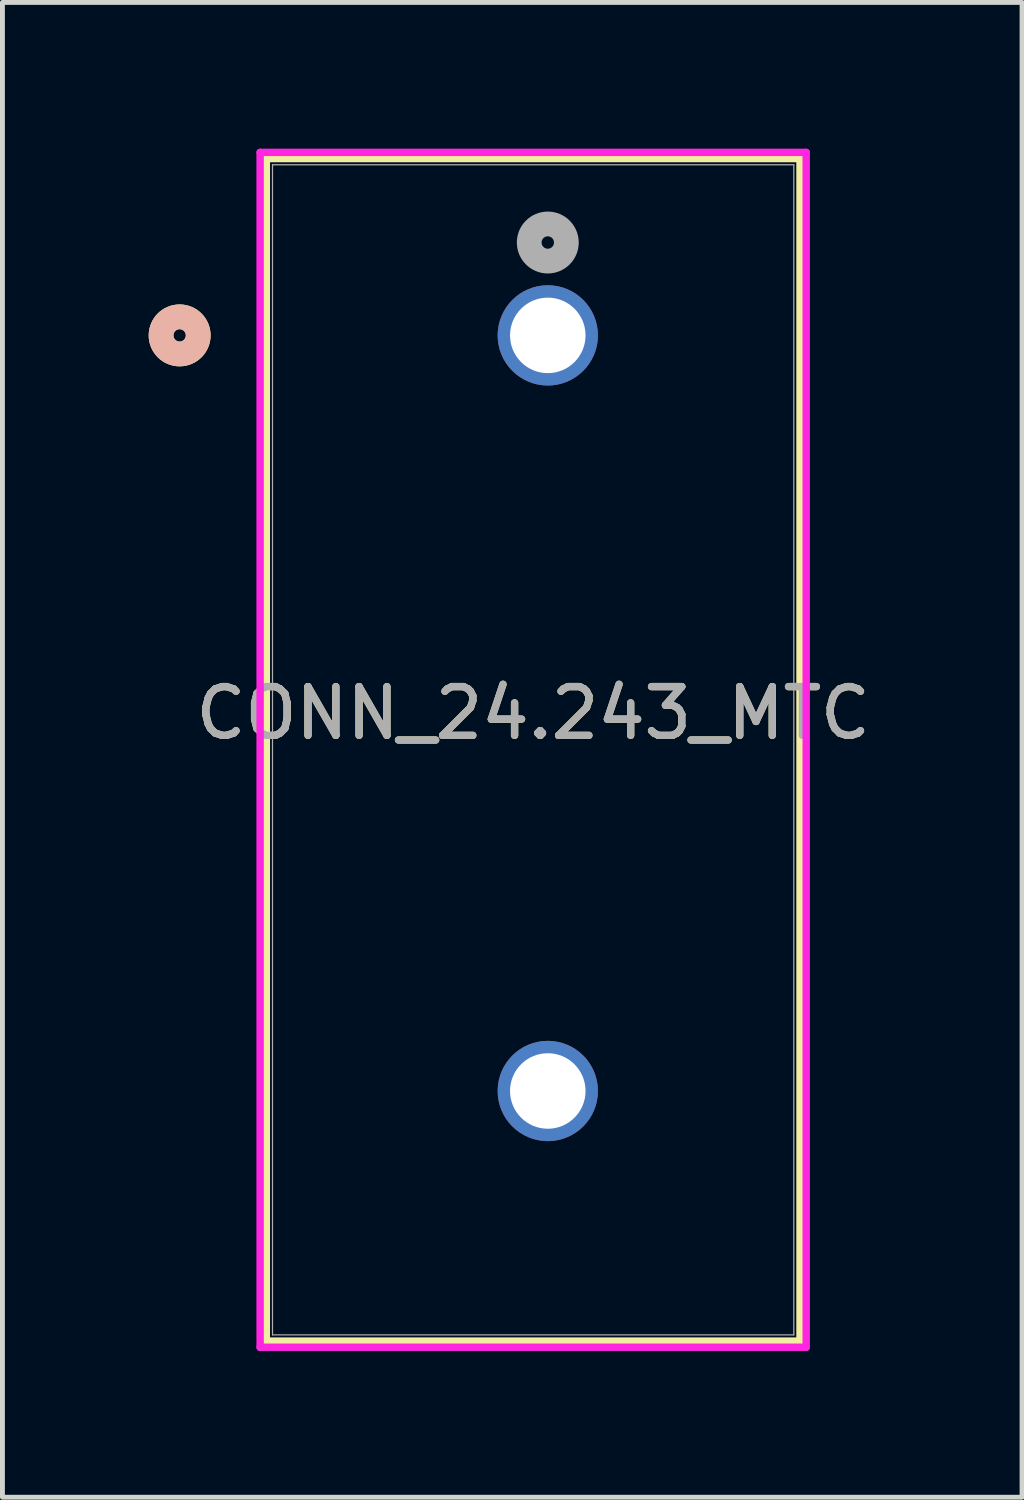
<source format=kicad_pcb>
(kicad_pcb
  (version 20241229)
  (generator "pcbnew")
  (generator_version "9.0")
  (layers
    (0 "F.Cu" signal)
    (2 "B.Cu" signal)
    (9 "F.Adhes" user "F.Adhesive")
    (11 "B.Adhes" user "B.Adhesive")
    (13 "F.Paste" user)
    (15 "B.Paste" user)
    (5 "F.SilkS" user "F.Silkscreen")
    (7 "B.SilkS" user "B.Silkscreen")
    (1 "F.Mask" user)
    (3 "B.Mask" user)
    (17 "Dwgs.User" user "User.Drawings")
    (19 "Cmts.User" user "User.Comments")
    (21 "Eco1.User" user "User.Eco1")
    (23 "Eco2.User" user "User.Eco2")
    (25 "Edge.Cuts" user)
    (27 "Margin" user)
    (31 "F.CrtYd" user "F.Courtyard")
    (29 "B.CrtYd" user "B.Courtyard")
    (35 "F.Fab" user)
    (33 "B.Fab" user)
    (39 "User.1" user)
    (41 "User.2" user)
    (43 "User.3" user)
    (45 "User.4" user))
  (footprint "CONN_24.243_MTC"
    (layer "F.Cu")
    (at 8.187 3.83)
    (property "Reference" "CONN_24.243_MTC" (at -0.3 7.75 0) (unlocked yes) (layer "F.SilkS") (effects (font (size 1 1) (thickness 0.15))))
    (attr through_hole)
    (fp_line (start -5.774 -3.627) (end -5.774 20.63) (stroke (width 0.152) (type solid)) (layer "F.SilkS"))
    (fp_line (start -5.774 20.63) (end 5.174 20.63) (stroke (width 0.152) (type solid)) (layer "F.SilkS"))
    (fp_line (start 5.174 -3.627) (end -5.774 -3.627) (stroke (width 0.152) (type solid)) (layer "F.SilkS"))
    (fp_line (start 5.174 20.63) (end 5.174 -3.627) (stroke (width 0.152) (type solid)) (layer "F.SilkS"))
    (fp_circle (center -7.552 0) (end -7.171 0) (stroke (width 0.508) (type solid)) (fill no) (layer "F.SilkS"))
    (fp_circle (center -7.552 0) (end -7.171 0) (stroke (width 0.508) (type solid)) (fill no) (layer "B.SilkS"))
    (fp_line (start -5.901 -3.754) (end -5.901 20.757) (stroke (width 0.152) (type solid)) (layer "F.CrtYd"))
    (fp_line (start -5.901 20.757) (end 5.301 20.757) (stroke (width 0.152) (type solid)) (layer "F.CrtYd"))
    (fp_line (start 5.301 -3.754) (end -5.901 -3.754) (stroke (width 0.152) (type solid)) (layer "F.CrtYd"))
    (fp_line (start 5.301 20.757) (end 5.301 -3.754) (stroke (width 0.152) (type solid)) (layer "F.CrtYd"))
    (fp_line (start -5.647 -3.5) (end -5.647 20.503) (stroke (width 0.025) (type solid)) (layer "F.Fab"))
    (fp_line (start -5.647 20.503) (end 5.047 20.503) (stroke (width 0.025) (type solid)) (layer "F.Fab"))
    (fp_line (start 5.047 -3.5) (end -5.647 -3.5) (stroke (width 0.025) (type solid)) (layer "F.Fab"))
    (fp_line (start 5.047 20.503) (end 5.047 -3.5) (stroke (width 0.025) (type solid)) (layer "F.Fab"))
    (fp_circle (center 0 -1.905) (end 0.381 -1.905) (stroke (width 0.508) (type solid)) (fill no) (layer "F.Fab"))
    (fp_text user "${REFERENCE}" (at -0.3 7.75 0) (unlocked yes) (layer "F.Fab") (effects (font (size 1 1) (thickness 0.15))))
    (pad "1" thru_hole circle (at 0 0) (size 2.057 2.057) (drill 1.549) (layers "*.Cu" "*.Mask"))
    (pad "2" thru_hole circle (at 0 15.5) (size 2.057 2.057) (drill 1.549) (layers "*.Cu" "*.Mask")))
  (gr_rect
    (start -3 -3)
    (end 17.916 27.663)
    (stroke (width 0.1) (type default))
    (fill no)
    (layer "Edge.Cuts")))
</source>
